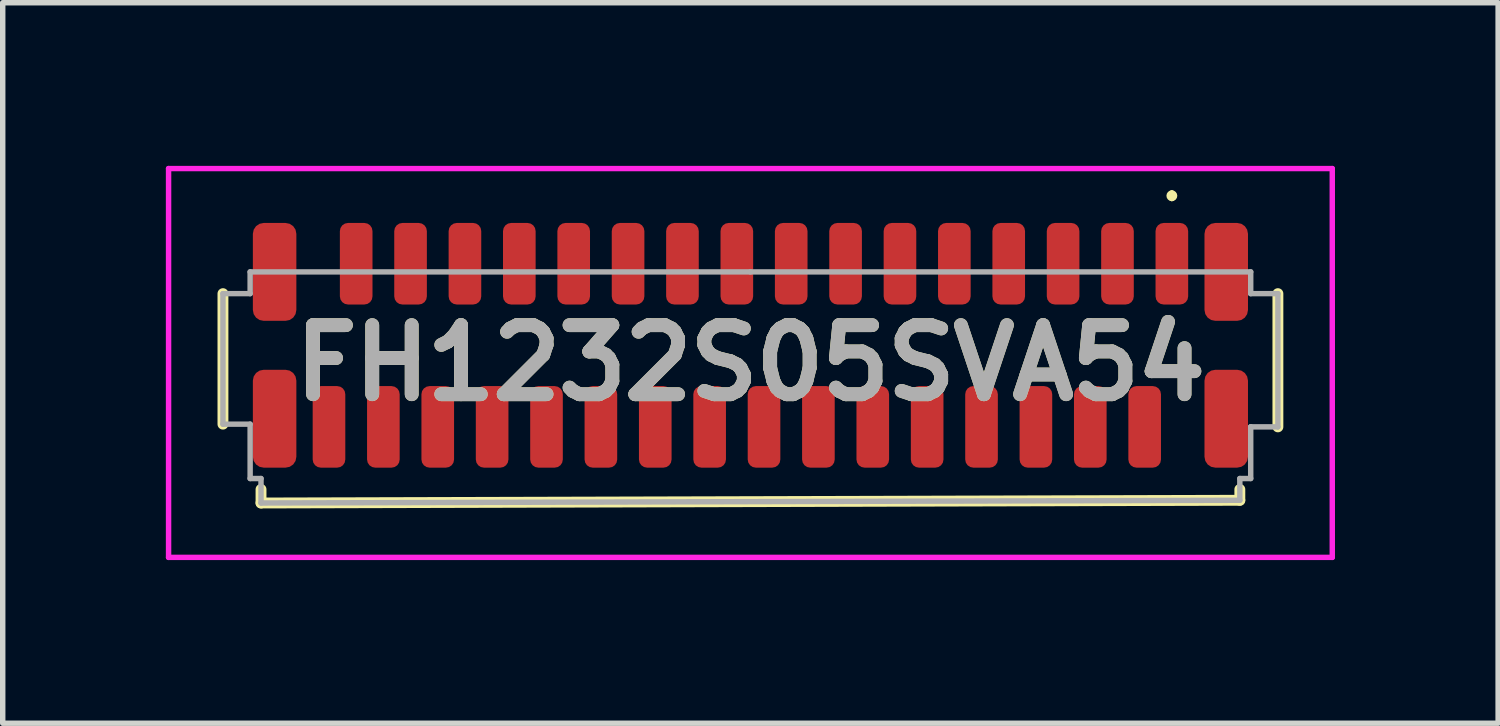
<source format=kicad_pcb>
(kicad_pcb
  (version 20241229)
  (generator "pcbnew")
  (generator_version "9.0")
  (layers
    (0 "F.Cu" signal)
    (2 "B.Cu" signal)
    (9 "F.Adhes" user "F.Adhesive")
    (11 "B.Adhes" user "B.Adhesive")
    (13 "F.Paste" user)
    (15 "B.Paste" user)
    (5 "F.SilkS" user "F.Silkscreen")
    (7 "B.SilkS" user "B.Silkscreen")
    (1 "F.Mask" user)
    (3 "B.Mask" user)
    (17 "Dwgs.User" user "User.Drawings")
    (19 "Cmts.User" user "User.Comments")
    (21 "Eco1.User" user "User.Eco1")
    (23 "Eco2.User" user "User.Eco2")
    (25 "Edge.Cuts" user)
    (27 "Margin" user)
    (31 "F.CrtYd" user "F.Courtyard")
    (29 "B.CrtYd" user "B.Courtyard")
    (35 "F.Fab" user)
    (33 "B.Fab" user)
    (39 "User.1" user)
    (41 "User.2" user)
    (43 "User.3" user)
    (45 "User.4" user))
  (footprint "FH1232S05SVA54"
    (layer "F.Cu")
    (at 10.75 3.625)
    (property "Reference" "FH1232S05SVA54" (at 0 0 0) (layer "F.SilkS") (effects (font (size 1.27 1.27) (thickness 0.254))))
    (attr smd)
    (fp_line (start -9.7 -1.275) (end -9.7 1.125) (stroke (width 0.2) (type solid)) (layer "F.SilkS"))
    (fp_line (start -9 2.325) (end -9 2.575) (stroke (width 0.2) (type solid)) (layer "F.SilkS"))
    (fp_line (start -9 2.575) (end 9 2.525) (stroke (width 0.2) (type solid)) (layer "F.SilkS"))
    (fp_line (start 7.75 -3.125) (end 7.75 -3.125) (stroke (width 0.1) (type solid)) (layer "F.SilkS"))
    (fp_line (start 7.75 -3.025) (end 7.75 -3.025) (stroke (width 0.1) (type solid)) (layer "F.SilkS"))
    (fp_line (start 9 2.525) (end 9 2.325) (stroke (width 0.2) (type solid)) (layer "F.SilkS"))
    (fp_line (start 9.7 1.175) (end 9.7 -1.275) (stroke (width 0.2) (type solid)) (layer "F.SilkS"))
    (fp_arc (start 7.75 -3.125) (mid 7.8 -3.075) (end 7.75 -3.025) (stroke (width 0.1) (type solid)) (layer "F.SilkS"))
    (fp_arc (start 7.75 -3.025) (mid 7.7 -3.075) (end 7.75 -3.125) (stroke (width 0.1) (type solid)) (layer "F.SilkS"))
    (fp_line (start -10.7 -3.575) (end 10.7 -3.575) (stroke (width 0.1) (type solid)) (layer "F.CrtYd"))
    (fp_line (start -10.7 3.575) (end -10.7 -3.575) (stroke (width 0.1) (type solid)) (layer "F.CrtYd"))
    (fp_line (start 10.7 -3.575) (end 10.7 3.575) (stroke (width 0.1) (type solid)) (layer "F.CrtYd"))
    (fp_line (start 10.7 3.575) (end -10.7 3.575) (stroke (width 0.1) (type solid)) (layer "F.CrtYd"))
    (fp_line (start -9.7 -1.275) (end -9.2 -1.275) (stroke (width 0.1) (type solid)) (layer "F.Fab"))
    (fp_line (start -9.7 1.125) (end -9.7 -1.275) (stroke (width 0.1) (type solid)) (layer "F.Fab"))
    (fp_line (start -9.2 -1.675) (end 0 -1.675) (stroke (width 0.1) (type solid)) (layer "F.Fab"))
    (fp_line (start -9.2 -1.275) (end -9.2 -1.675) (stroke (width 0.1) (type solid)) (layer "F.Fab"))
    (fp_line (start -9.2 1.125) (end -9.7 1.125) (stroke (width 0.1) (type solid)) (layer "F.Fab"))
    (fp_line (start -9.2 2.125) (end -9.2 1.125) (stroke (width 0.1) (type solid)) (layer "F.Fab"))
    (fp_line (start -9 2.125) (end -9.2 2.125) (stroke (width 0.1) (type solid)) (layer "F.Fab"))
    (fp_line (start -9 2.575) (end -9 2.125) (stroke (width 0.1) (type solid)) (layer "F.Fab"))
    (fp_line (start 0 -1.675) (end 9.2 -1.675) (stroke (width 0.1) (type solid)) (layer "F.Fab"))
    (fp_line (start 9 2.125) (end 9 2.525) (stroke (width 0.1) (type solid)) (layer "F.Fab"))
    (fp_line (start 9 2.525) (end -9 2.575) (stroke (width 0.1) (type solid)) (layer "F.Fab"))
    (fp_line (start 9.2 -1.675) (end 9.2 -1.275) (stroke (width 0.1) (type solid)) (layer "F.Fab"))
    (fp_line (start 9.2 -1.275) (end 9.7 -1.275) (stroke (width 0.1) (type solid)) (layer "F.Fab"))
    (fp_line (start 9.2 1.175) (end 9.2 1.175) (stroke (width 0.1) (type solid)) (layer "F.Fab"))
    (fp_line (start 9.2 1.175) (end 9.2 2.125) (stroke (width 0.1) (type solid)) (layer "F.Fab"))
    (fp_line (start 9.2 2.125) (end 9 2.125) (stroke (width 0.1) (type solid)) (layer "F.Fab"))
    (fp_line (start 9.7 -1.275) (end 9.7 1.175) (stroke (width 0.1) (type solid)) (layer "F.Fab"))
    (fp_line (start 9.7 1.175) (end 9.2 1.175) (stroke (width 0.1) (type solid)) (layer "F.Fab"))
    (fp_text user "${REFERENCE}" (at 0 0 0) (layer "F.Fab") (effects (font (size 1.27 1.27) (thickness 0.254))))
    (pad "1" smd roundrect (at 7.75 -1.825) (size 0.6 1.5) (layers "F.Cu" "F.Mask" "F.Paste") (roundrect_rratio 0.25))
    (pad "2" smd roundrect (at 7.25 1.175) (size 0.6 1.5) (layers "F.Cu" "F.Mask" "F.Paste") (roundrect_rratio 0.25))
    (pad "3" smd roundrect (at 6.75 -1.825) (size 0.6 1.5) (layers "F.Cu" "F.Mask" "F.Paste") (roundrect_rratio 0.25))
    (pad "4" smd roundrect (at 6.25 1.175) (size 0.6 1.5) (layers "F.Cu" "F.Mask" "F.Paste") (roundrect_rratio 0.25))
    (pad "5" smd roundrect (at 5.75 -1.825) (size 0.6 1.5) (layers "F.Cu" "F.Mask" "F.Paste") (roundrect_rratio 0.25))
    (pad "6" smd roundrect (at 5.25 1.175) (size 0.6 1.5) (layers "F.Cu" "F.Mask" "F.Paste") (roundrect_rratio 0.25))
    (pad "7" smd roundrect (at 4.75 -1.825) (size 0.6 1.5) (layers "F.Cu" "F.Mask" "F.Paste") (roundrect_rratio 0.25))
    (pad "8" smd roundrect (at 4.25 1.175) (size 0.6 1.5) (layers "F.Cu" "F.Mask" "F.Paste") (roundrect_rratio 0.25))
    (pad "9" smd roundrect (at 3.75 -1.825) (size 0.6 1.5) (layers "F.Cu" "F.Mask" "F.Paste") (roundrect_rratio 0.25))
    (pad "10" smd roundrect (at 3.25 1.175) (size 0.6 1.5) (layers "F.Cu" "F.Mask" "F.Paste") (roundrect_rratio 0.25))
    (pad "11" smd roundrect (at 2.75 -1.825) (size 0.6 1.5) (layers "F.Cu" "F.Mask" "F.Paste") (roundrect_rratio 0.25))
    (pad "12" smd roundrect (at 2.25 1.175) (size 0.6 1.5) (layers "F.Cu" "F.Mask" "F.Paste") (roundrect_rratio 0.25))
    (pad "13" smd roundrect (at 1.75 -1.825) (size 0.6 1.5) (layers "F.Cu" "F.Mask" "F.Paste") (roundrect_rratio 0.25))
    (pad "14" smd roundrect (at 1.25 1.175) (size 0.6 1.5) (layers "F.Cu" "F.Mask" "F.Paste") (roundrect_rratio 0.25))
    (pad "15" smd roundrect (at 0.75 -1.825) (size 0.6 1.5) (layers "F.Cu" "F.Mask" "F.Paste") (roundrect_rratio 0.25))
    (pad "16" smd roundrect (at 0.25 1.175) (size 0.6 1.5) (layers "F.Cu" "F.Mask" "F.Paste") (roundrect_rratio 0.25))
    (pad "17" smd roundrect (at -0.25 -1.825) (size 0.6 1.5) (layers "F.Cu" "F.Mask" "F.Paste") (roundrect_rratio 0.25))
    (pad "18" smd roundrect (at -0.75 1.175) (size 0.6 1.5) (layers "F.Cu" "F.Mask" "F.Paste") (roundrect_rratio 0.25))
    (pad "19" smd roundrect (at -1.25 -1.825) (size 0.6 1.5) (layers "F.Cu" "F.Mask" "F.Paste") (roundrect_rratio 0.25))
    (pad "20" smd roundrect (at -1.75 1.175) (size 0.6 1.5) (layers "F.Cu" "F.Mask" "F.Paste") (roundrect_rratio 0.25))
    (pad "21" smd roundrect (at -2.25 -1.825) (size 0.6 1.5) (layers "F.Cu" "F.Mask" "F.Paste") (roundrect_rratio 0.25))
    (pad "22" smd roundrect (at -2.75 1.175) (size 0.6 1.5) (layers "F.Cu" "F.Mask" "F.Paste") (roundrect_rratio 0.25))
    (pad "23" smd roundrect (at -3.25 -1.825) (size 0.6 1.5) (layers "F.Cu" "F.Mask" "F.Paste") (roundrect_rratio 0.25))
    (pad "24" smd roundrect (at -3.75 1.175) (size 0.6 1.5) (layers "F.Cu" "F.Mask" "F.Paste") (roundrect_rratio 0.25))
    (pad "25" smd roundrect (at -4.25 -1.825) (size 0.6 1.5) (layers "F.Cu" "F.Mask" "F.Paste") (roundrect_rratio 0.25))
    (pad "26" smd roundrect (at -4.75 1.175) (size 0.6 1.5) (layers "F.Cu" "F.Mask" "F.Paste") (roundrect_rratio 0.25))
    (pad "27" smd roundrect (at -5.25 -1.825) (size 0.6 1.5) (layers "F.Cu" "F.Mask" "F.Paste") (roundrect_rratio 0.25))
    (pad "28" smd roundrect (at -5.75 1.175) (size 0.6 1.5) (layers "F.Cu" "F.Mask" "F.Paste") (roundrect_rratio 0.25))
    (pad "29" smd roundrect (at -6.25 -1.825) (size 0.6 1.5) (layers "F.Cu" "F.Mask" "F.Paste") (roundrect_rratio 0.25))
    (pad "30" smd roundrect (at -6.75 1.175) (size 0.6 1.5) (layers "F.Cu" "F.Mask" "F.Paste") (roundrect_rratio 0.25))
    (pad "31" smd roundrect (at -7.25 -1.825) (size 0.6 1.5) (layers "F.Cu" "F.Mask" "F.Paste") (roundrect_rratio 0.25))
    (pad "32" smd roundrect (at -7.75 1.175) (size 0.6 1.5) (layers "F.Cu" "F.Mask" "F.Paste") (roundrect_rratio 0.25))
    (pad "33" smd roundrect (at 8.75 -1.675) (size 0.8 1.8) (layers "F.Cu" "F.Mask" "F.Paste") (roundrect_rratio 0.25))
    (pad "34" smd roundrect (at 8.75 1.025) (size 0.8 1.8) (layers "F.Cu" "F.Mask" "F.Paste") (roundrect_rratio 0.25))
    (pad "35" smd roundrect (at -8.75 -1.675) (size 0.8 1.8) (layers "F.Cu" "F.Mask" "F.Paste") (roundrect_rratio 0.25))
    (pad "36" smd roundrect (at -8.75 1.025) (size 0.8 1.8) (layers "F.Cu" "F.Mask" "F.Paste") (roundrect_rratio 0.25)))
  (gr_rect
    (start -3 -3)
    (end 24.5 10.25)
    (stroke (width 0.1) (type default))
    (fill no)
    (layer "Edge.Cuts")))
</source>
